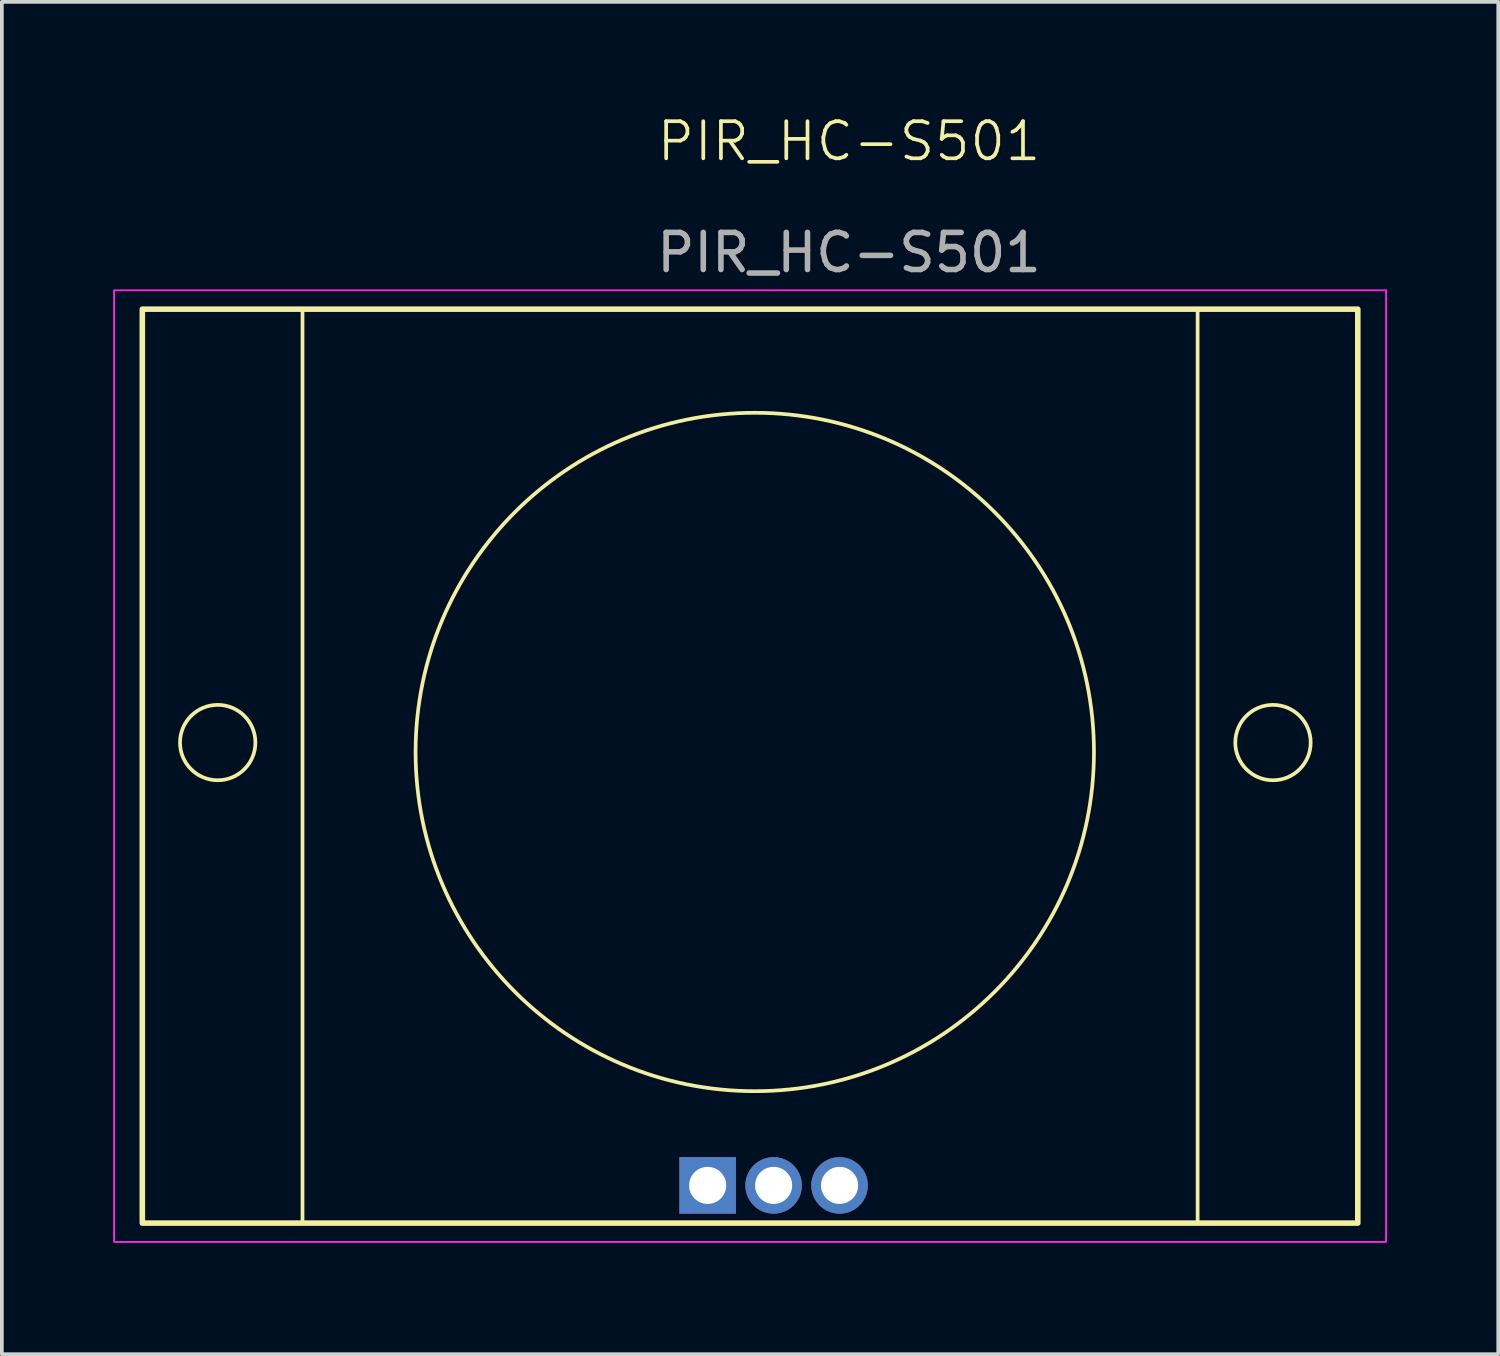
<source format=kicad_pcb>
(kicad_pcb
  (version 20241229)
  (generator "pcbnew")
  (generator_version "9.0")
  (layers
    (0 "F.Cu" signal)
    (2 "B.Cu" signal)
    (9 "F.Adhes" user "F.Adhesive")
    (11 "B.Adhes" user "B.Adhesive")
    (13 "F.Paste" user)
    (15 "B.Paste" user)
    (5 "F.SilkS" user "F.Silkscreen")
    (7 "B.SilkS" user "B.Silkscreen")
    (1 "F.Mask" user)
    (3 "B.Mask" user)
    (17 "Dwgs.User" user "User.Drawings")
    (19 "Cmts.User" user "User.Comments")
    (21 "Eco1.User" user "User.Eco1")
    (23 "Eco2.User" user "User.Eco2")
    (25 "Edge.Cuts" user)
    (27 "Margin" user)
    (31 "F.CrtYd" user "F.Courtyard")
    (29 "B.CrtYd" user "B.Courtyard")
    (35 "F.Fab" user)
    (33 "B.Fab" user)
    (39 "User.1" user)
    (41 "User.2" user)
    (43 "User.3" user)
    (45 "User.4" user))
  (footprint "PIR_HC-S501"
    (layer "F.Cu")
    (at 20.853 10.618)
    (property "Reference" "PIR_HC-S501" (at -1.016 -9.858 0) (unlocked yes) (layer "F.SilkS") (effects (font (size 1 1) (thickness 0.1))))
    (attr through_hole)
    (fp_line (start -15.748 -5.334) (end -15.748 19.304) (stroke (width 0.1) (type default)) (layer "F.SilkS"))
    (fp_line (start 8.382 -5.334) (end 8.382 19.304) (stroke (width 0.1) (type default)) (layer "F.SilkS"))
    (fp_rect (start -20.066 -5.334) (end 12.7 19.304) (stroke (width 0.15) (type default)) (fill no) (layer "F.SilkS"))
    (fp_circle (center -18.034 6.35) (end -18.034 5.334) (stroke (width 0.1) (type default)) (fill no) (layer "F.SilkS"))
    (fp_circle (center -3.556 6.604) (end -3.556 -2.54) (stroke (width 0.1) (type default)) (fill no) (layer "F.SilkS"))
    (fp_circle (center 10.414 6.35) (end 10.414 5.334) (stroke (width 0.1) (type default)) (fill no) (layer "F.SilkS"))
    (fp_rect (start -20.828 -5.842) (end 13.462 19.812) (stroke (width 0.05) (type default)) (fill no) (layer "F.CrtYd"))
    (fp_text user "${REFERENCE}" (at -1.016 -6.858 0) (unlocked yes) (layer "F.Fab") (effects (font (size 1 1) (thickness 0.15))))
    (pad "1" thru_hole rect (at -4.826 18.288) (size 1.524 1.524) (drill 1) (layers "*.Cu" "*.Mask"))
    (pad "2" thru_hole circle (at -3.048 18.288) (size 1.524 1.524) (drill 1) (layers "*.Cu" "*.Mask"))
    (pad "3" thru_hole circle (at -1.27 18.288) (size 1.524 1.524) (drill 1) (layers "*.Cu" "*.Mask")))
  (gr_rect
    (start -3 -3)
    (end 37.34 33.456)
    (stroke (width 0.1) (type default))
    (fill no)
    (layer "Edge.Cuts")))
</source>
